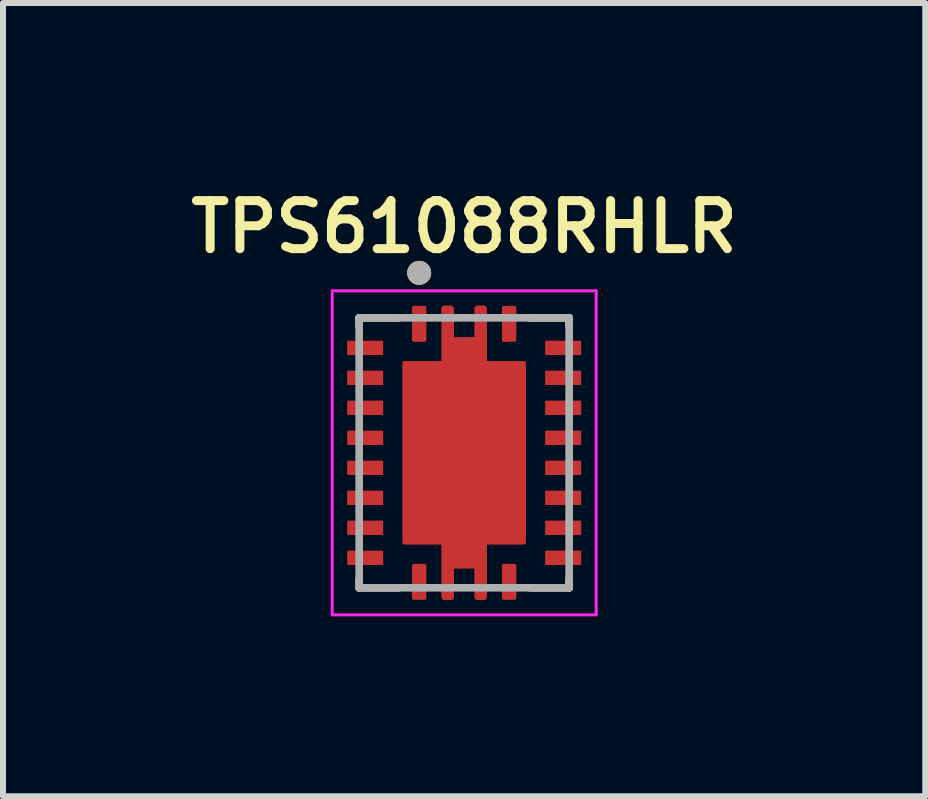
<source format=kicad_pcb>
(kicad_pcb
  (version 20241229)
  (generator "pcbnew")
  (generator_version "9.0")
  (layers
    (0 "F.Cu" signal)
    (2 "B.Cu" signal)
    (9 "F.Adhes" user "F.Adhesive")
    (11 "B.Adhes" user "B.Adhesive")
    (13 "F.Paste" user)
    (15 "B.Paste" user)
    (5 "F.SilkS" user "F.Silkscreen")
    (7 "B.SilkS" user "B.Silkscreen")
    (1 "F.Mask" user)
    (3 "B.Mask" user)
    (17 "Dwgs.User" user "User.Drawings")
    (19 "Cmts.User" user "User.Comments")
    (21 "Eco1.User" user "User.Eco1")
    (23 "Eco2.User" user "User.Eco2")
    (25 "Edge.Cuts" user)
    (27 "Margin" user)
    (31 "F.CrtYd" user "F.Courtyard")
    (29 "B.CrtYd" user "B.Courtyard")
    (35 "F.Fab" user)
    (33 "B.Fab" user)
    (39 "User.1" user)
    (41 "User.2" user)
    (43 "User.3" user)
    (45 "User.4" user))
  (footprint "TPS61088RHLR"
    (layer "F.Cu")
    (at 4.687 4.498)
    (property "Reference" "TPS61088RHLR" (at 0 -3.766 0) (layer "F.SilkS") (effects (font (size 0.801 0.801) (thickness 0.15))))
    (attr smd)
    (fp_poly (pts (xy -0.477 -1.627) (xy -0.477 -2.4) (xy -0.477 -2.408) (xy -0.476 -2.416) (xy -0.475 -2.424) (xy -0.474 -2.432) (xy -0.472 -2.439) (xy -0.47 -2.447) (xy -0.467 -2.454) (xy -0.464 -2.462) (xy -0.46 -2.469) (xy -0.457 -2.476) (xy -0.452 -2.483) (xy -0.448 -2.489) (xy -0.443 -2.496) (xy -0.438 -2.502) (xy -0.432 -2.507) (xy -0.427 -2.513) (xy -0.421 -2.518) (xy -0.414 -2.523) (xy -0.408 -2.527) (xy -0.401 -2.532) (xy -0.394 -2.535) (xy -0.387 -2.539) (xy -0.379 -2.542) (xy -0.372 -2.545) (xy -0.364 -2.547) (xy -0.357 -2.549) (xy -0.349 -2.55) (xy -0.341 -2.551) (xy -0.333 -2.552) (xy -0.325 -2.552) (xy -0.225 -2.552) (xy -0.217 -2.552) (xy -0.209 -2.551) (xy -0.201 -2.55) (xy -0.193 -2.549) (xy -0.186 -2.547) (xy -0.178 -2.545) (xy -0.171 -2.542) (xy -0.163 -2.539) (xy -0.156 -2.535) (xy -0.149 -2.532) (xy -0.142 -2.527) (xy -0.136 -2.523) (xy -0.129 -2.518) (xy -0.123 -2.513) (xy -0.118 -2.507) (xy -0.112 -2.502) (xy -0.107 -2.496) (xy -0.102 -2.489) (xy -0.098 -2.483) (xy -0.093 -2.476) (xy -0.09 -2.469) (xy -0.086 -2.462) (xy -0.083 -2.454) (xy -0.08 -2.447) (xy -0.078 -2.439) (xy -0.076 -2.432) (xy -0.075 -2.424) (xy -0.074 -2.416) (xy -0.073 -2.408) (xy -0.073 -2.4) (xy -0.073 -2.027) (xy 0.072 -2.027) (xy 0.073 -2.027) (xy 0.073 -2.402) (xy 0.073 -2.41) (xy 0.074 -2.418) (xy 0.075 -2.425) (xy 0.076 -2.433) (xy 0.078 -2.441) (xy 0.08 -2.448) (xy 0.083 -2.456) (xy 0.086 -2.463) (xy 0.089 -2.47) (xy 0.093 -2.477) (xy 0.097 -2.484) (xy 0.102 -2.49) (xy 0.106 -2.496) (xy 0.112 -2.502) (xy 0.117 -2.508) (xy 0.123 -2.513) (xy 0.129 -2.519) (xy 0.135 -2.523) (xy 0.141 -2.528) (xy 0.148 -2.532) (xy 0.155 -2.536) (xy 0.162 -2.539) (xy 0.169 -2.542) (xy 0.177 -2.545) (xy 0.184 -2.547) (xy 0.192 -2.549) (xy 0.2 -2.55) (xy 0.207 -2.551) (xy 0.215 -2.552) (xy 0.223 -2.552) (xy 0.326 -2.552) (xy 0.334 -2.552) (xy 0.342 -2.551) (xy 0.35 -2.55) (xy 0.357 -2.549) (xy 0.365 -2.547) (xy 0.373 -2.545) (xy 0.38 -2.542) (xy 0.387 -2.539) (xy 0.395 -2.536) (xy 0.401 -2.532) (xy 0.408 -2.528) (xy 0.415 -2.523) (xy 0.421 -2.518) (xy 0.427 -2.513) (xy 0.433 -2.508) (xy 0.438 -2.502) (xy 0.443 -2.496) (xy 0.448 -2.49) (xy 0.453 -2.483) (xy 0.457 -2.476) (xy 0.461 -2.47) (xy 0.464 -2.462) (xy 0.467 -2.455) (xy 0.47 -2.448) (xy 0.472 -2.44) (xy 0.474 -2.432) (xy 0.475 -2.425) (xy 0.476 -2.417) (xy 0.477 -2.409) (xy 0.477 -2.401) (xy 0.477 -1.627) (xy 0.975 -1.627) (xy 0.983 -1.627) (xy 0.991 -1.626) (xy 0.999 -1.625) (xy 1.007 -1.624) (xy 1.014 -1.622) (xy 1.022 -1.62) (xy 1.029 -1.617) (xy 1.037 -1.614) (xy 1.044 -1.61) (xy 1.051 -1.607) (xy 1.058 -1.602) (xy 1.064 -1.598) (xy 1.071 -1.593) (xy 1.077 -1.588) (xy 1.082 -1.582) (xy 1.088 -1.577) (xy 1.093 -1.571) (xy 1.098 -1.564) (xy 1.102 -1.558) (xy 1.107 -1.551) (xy 1.11 -1.544) (xy 1.114 -1.537) (xy 1.117 -1.529) (xy 1.12 -1.522) (xy 1.122 -1.514) (xy 1.124 -1.507) (xy 1.125 -1.499) (xy 1.126 -1.491) (xy 1.127 -1.483) (xy 1.127 -1.475) (xy 1.127 1.476) (xy 1.127 1.484) (xy 1.126 1.492) (xy 1.125 1.499) (xy 1.124 1.507) (xy 1.122 1.515) (xy 1.12 1.522) (xy 1.117 1.53) (xy 1.114 1.537) (xy 1.111 1.544) (xy 1.107 1.551) (xy 1.103 1.558) (xy 1.098 1.564) (xy 1.094 1.57) (xy 1.088 1.576) (xy 1.083 1.582) (xy 1.077 1.587) (xy 1.071 1.593) (xy 1.065 1.597) (xy 1.059 1.602) (xy 1.052 1.606) (xy 1.045 1.61) (xy 1.038 1.613) (xy 1.031 1.616) (xy 1.023 1.619) (xy 1.016 1.621) (xy 1.008 1.623) (xy 1 1.624) (xy 0.993 1.625) (xy 0.985 1.626) (xy 0.977 1.626) (xy 0.478 1.626) (xy 0.477 1.626) (xy 0.477 1.627) (xy 0.477 2.401) (xy 0.477 2.409) (xy 0.476 2.417) (xy 0.475 2.424) (xy 0.474 2.432) (xy 0.472 2.44) (xy 0.47 2.447) (xy 0.467 2.455) (xy 0.464 2.462) (xy 0.461 2.469) (xy 0.457 2.476) (xy 0.453 2.483) (xy 0.448 2.489) (xy 0.444 2.495) (xy 0.438 2.501) (xy 0.433 2.507) (xy 0.427 2.512) (xy 0.421 2.518) (xy 0.415 2.522) (xy 0.409 2.527) (xy 0.402 2.531) (xy 0.395 2.535) (xy 0.388 2.538) (xy 0.381 2.541) (xy 0.373 2.544) (xy 0.366 2.546) (xy 0.358 2.548) (xy 0.35 2.549) (xy 0.343 2.55) (xy 0.335 2.551) (xy 0.327 2.551) (xy 0.222 2.551) (xy 0.214 2.551) (xy 0.206 2.55) (xy 0.199 2.549) (xy 0.191 2.548) (xy 0.183 2.546) (xy 0.176 2.544) (xy 0.169 2.541) (xy 0.161 2.538) (xy 0.154 2.535) (xy 0.147 2.531) (xy 0.141 2.527) (xy 0.134 2.523) (xy 0.128 2.518) (xy 0.122 2.513) (xy 0.117 2.507) (xy 0.111 2.502) (xy 0.106 2.496) (xy 0.101 2.49) (xy 0.097 2.483) (xy 0.093 2.477) (xy 0.089 2.47) (xy 0.086 2.463) (xy 0.083 2.455) (xy 0.08 2.448) (xy 0.078 2.441) (xy 0.076 2.433) (xy 0.075 2.425) (xy 0.074 2.418) (xy 0.073 2.41) (xy 0.073 2.402) (xy 0.073 2.027) (xy -0.072 2.027) (xy -0.073 2.027) (xy -0.073 2.028) (xy -0.073 2.401) (xy -0.073 2.409) (xy -0.074 2.417) (xy -0.075 2.424) (xy -0.076 2.432) (xy -0.078 2.44) (xy -0.08 2.447) (xy -0.083 2.455) (xy -0.086 2.462) (xy -0.089 2.469) (xy -0.093 2.476) (xy -0.097 2.483) (xy -0.102 2.489) (xy -0.106 2.495) (xy -0.112 2.501) (xy -0.117 2.507) (xy -0.123 2.512) (xy -0.129 2.518) (xy -0.135 2.522) (xy -0.141 2.527) (xy -0.148 2.531) (xy -0.155 2.535) (xy -0.162 2.538) (xy -0.169 2.541) (xy -0.177 2.544) (xy -0.184 2.546) (xy -0.192 2.548) (xy -0.2 2.549) (xy -0.207 2.55) (xy -0.215 2.551) (xy -0.223 2.551) (xy -0.329 2.551) (xy -0.337 2.551) (xy -0.344 2.55) (xy -0.352 2.549) (xy -0.36 2.548) (xy -0.367 2.546) (xy -0.375 2.544) (xy -0.382 2.541) (xy -0.389 2.538) (xy -0.396 2.535) (xy -0.403 2.531) (xy -0.41 2.527) (xy -0.416 2.523) (xy -0.422 2.518) (xy -0.428 2.513) (xy -0.434 2.508) (xy -0.439 2.502) (xy -0.444 2.496) (xy -0.449 2.49) (xy -0.453 2.484) (xy -0.457 2.477) (xy -0.461 2.47) (xy -0.464 2.463) (xy -0.467 2.456) (xy -0.47 2.449) (xy -0.472 2.441) (xy -0.474 2.434) (xy -0.475 2.426) (xy -0.476 2.418) (xy -0.477 2.411) (xy -0.477 2.403) (xy -0.477 1.627) (xy -0.975 1.627) (xy -0.983 1.627) (xy -0.991 1.626) (xy -0.999 1.625) (xy -1.007 1.624) (xy -1.014 1.622) (xy -1.022 1.62) (xy -1.029 1.617) (xy -1.037 1.614) (xy -1.044 1.61) (xy -1.051 1.607) (xy -1.058 1.602) (xy -1.064 1.598) (xy -1.071 1.593) (xy -1.077 1.588) (xy -1.082 1.582) (xy -1.088 1.577) (xy -1.093 1.571) (xy -1.098 1.564) (xy -1.102 1.558) (xy -1.107 1.551) (xy -1.11 1.544) (xy -1.114 1.537) (xy -1.117 1.529) (xy -1.12 1.522) (xy -1.122 1.514) (xy -1.124 1.507) (xy -1.125 1.499) (xy -1.126 1.491) (xy -1.127 1.483) (xy -1.127 1.475) (xy -1.127 -1.474) (xy -1.127 -1.482) (xy -1.126 -1.49) (xy -1.125 -1.498) (xy -1.124 -1.506) (xy -1.122 -1.513) (xy -1.12 -1.521) (xy -1.117 -1.528) (xy -1.114 -1.536) (xy -1.11 -1.543) (xy -1.107 -1.55) (xy -1.102 -1.557) (xy -1.098 -1.563) (xy -1.093 -1.57) (xy -1.088 -1.576) (xy -1.082 -1.581) (xy -1.077 -1.587) (xy -1.071 -1.592) (xy -1.064 -1.597) (xy -1.058 -1.601) (xy -1.051 -1.606) (xy -1.044 -1.609) (xy -1.037 -1.613) (xy -1.029 -1.616) (xy -1.022 -1.619) (xy -1.014 -1.621) (xy -1.007 -1.623) (xy -0.999 -1.624) (xy -0.991 -1.625) (xy -0.983 -1.626) (xy -0.975 -1.626) (xy -0.478 -1.626) (xy -0.477 -1.626) (xy -0.477 -1.627)) (stroke (width 0.01) (type solid)) (fill yes) (layer "F.Mask"))
    (fp_line (start -1.75 -2.25) (end -1.1 -2.25) (stroke (width 0.127) (type solid)) (layer "F.SilkS"))
    (fp_line (start -1.75 -2.1) (end -1.75 -2.25) (stroke (width 0.127) (type solid)) (layer "F.SilkS"))
    (fp_line (start -1.75 2.1) (end -1.75 2.25) (stroke (width 0.127) (type solid)) (layer "F.SilkS"))
    (fp_line (start -1.75 2.25) (end -1.1 2.25) (stroke (width 0.127) (type solid)) (layer "F.SilkS"))
    (fp_line (start 1.1 -2.25) (end 1.75 -2.25) (stroke (width 0.127) (type solid)) (layer "F.SilkS"))
    (fp_line (start 1.1 2.25) (end 1.75 2.25) (stroke (width 0.127) (type solid)) (layer "F.SilkS"))
    (fp_line (start 1.75 -2.25) (end 1.75 -2.1) (stroke (width 0.127) (type solid)) (layer "F.SilkS"))
    (fp_line (start 1.75 2.25) (end 1.75 2.1) (stroke (width 0.127) (type solid)) (layer "F.SilkS"))
    (fp_circle (center -0.75 -3) (end -0.65 -3) (stroke (width 0.2) (type solid)) (fill no) (layer "F.SilkS"))
    (fp_poly (pts (xy -1.02 -0.625) (xy -0.1 -0.625) (xy -0.1 -1.475) (xy -1.02 -1.475)) (stroke (width 0.01) (type solid)) (fill yes) (layer "F.Paste"))
    (fp_poly (pts (xy -1.02 0.425) (xy -0.1 0.425) (xy -0.1 -0.425) (xy -1.02 -0.425)) (stroke (width 0.01) (type solid)) (fill yes) (layer "F.Paste"))
    (fp_poly (pts (xy -1.02 1.475) (xy -0.1 1.475) (xy -0.1 0.625) (xy -1.02 0.625)) (stroke (width 0.01) (type solid)) (fill yes) (layer "F.Paste"))
    (fp_poly (pts (xy 0.1 -0.625) (xy 1.02 -0.625) (xy 1.02 -1.475) (xy 0.1 -1.475)) (stroke (width 0.01) (type solid)) (fill yes) (layer "F.Paste"))
    (fp_poly (pts (xy 0.1 0.425) (xy 1.02 0.425) (xy 1.02 -0.425) (xy 0.1 -0.425)) (stroke (width 0.01) (type solid)) (fill yes) (layer "F.Paste"))
    (fp_poly (pts (xy 0.1 1.475) (xy 1.02 1.475) (xy 1.02 0.625) (xy 0.1 0.625)) (stroke (width 0.01) (type solid)) (fill yes) (layer "F.Paste"))
    (fp_poly (pts (xy -0.375 -1.675) (xy -0.375 -2.4) (xy -0.375 -2.403) (xy -0.375 -2.405) (xy -0.374 -2.408) (xy -0.374 -2.41) (xy -0.373 -2.413) (xy -0.373 -2.415) (xy -0.372 -2.418) (xy -0.371 -2.42) (xy -0.37 -2.423) (xy -0.368 -2.425) (xy -0.367 -2.427) (xy -0.365 -2.429) (xy -0.364 -2.431) (xy -0.362 -2.433) (xy -0.36 -2.435) (xy -0.358 -2.437) (xy -0.356 -2.439) (xy -0.354 -2.44) (xy -0.352 -2.442) (xy -0.35 -2.443) (xy -0.348 -2.445) (xy -0.345 -2.446) (xy -0.343 -2.447) (xy -0.34 -2.448) (xy -0.338 -2.448) (xy -0.335 -2.449) (xy -0.333 -2.449) (xy -0.33 -2.45) (xy -0.328 -2.45) (xy -0.325 -2.45) (xy -0.225 -2.45) (xy -0.222 -2.45) (xy -0.22 -2.45) (xy -0.217 -2.449) (xy -0.215 -2.449) (xy -0.212 -2.448) (xy -0.21 -2.448) (xy -0.207 -2.447) (xy -0.205 -2.446) (xy -0.202 -2.445) (xy -0.2 -2.443) (xy -0.198 -2.442) (xy -0.196 -2.44) (xy -0.194 -2.439) (xy -0.192 -2.437) (xy -0.19 -2.435) (xy -0.188 -2.433) (xy -0.186 -2.431) (xy -0.185 -2.429) (xy -0.183 -2.427) (xy -0.182 -2.425) (xy -0.18 -2.423) (xy -0.179 -2.42) (xy -0.178 -2.418) (xy -0.177 -2.415) (xy -0.177 -2.413) (xy -0.176 -2.41) (xy -0.176 -2.408) (xy -0.175 -2.405) (xy -0.175 -2.403) (xy -0.175 -2.4) (xy -0.175 -1.925) (xy 0.175 -1.925) (xy 0.175 -2.4) (xy 0.175 -2.403) (xy 0.175 -2.405) (xy 0.176 -2.408) (xy 0.176 -2.41) (xy 0.177 -2.413) (xy 0.177 -2.415) (xy 0.178 -2.418) (xy 0.179 -2.42) (xy 0.18 -2.423) (xy 0.182 -2.425) (xy 0.183 -2.427) (xy 0.185 -2.429) (xy 0.186 -2.431) (xy 0.188 -2.433) (xy 0.19 -2.435) (xy 0.192 -2.437) (xy 0.194 -2.439) (xy 0.196 -2.44) (xy 0.198 -2.442) (xy 0.2 -2.443) (xy 0.202 -2.445) (xy 0.205 -2.446) (xy 0.207 -2.447) (xy 0.21 -2.448) (xy 0.212 -2.448) (xy 0.215 -2.449) (xy 0.217 -2.449) (xy 0.22 -2.45) (xy 0.222 -2.45) (xy 0.225 -2.45) (xy 0.325 -2.45) (xy 0.328 -2.45) (xy 0.33 -2.45) (xy 0.333 -2.449) (xy 0.335 -2.449) (xy 0.338 -2.448) (xy 0.34 -2.448) (xy 0.343 -2.447) (xy 0.345 -2.446) (xy 0.348 -2.445) (xy 0.35 -2.443) (xy 0.352 -2.442) (xy 0.354 -2.44) (xy 0.356 -2.439) (xy 0.358 -2.437) (xy 0.36 -2.435) (xy 0.362 -2.433) (xy 0.364 -2.431) (xy 0.365 -2.429) (xy 0.367 -2.427) (xy 0.368 -2.425) (xy 0.37 -2.423) (xy 0.371 -2.42) (xy 0.372 -2.418) (xy 0.373 -2.415) (xy 0.373 -2.413) (xy 0.374 -2.41) (xy 0.374 -2.408) (xy 0.375 -2.405) (xy 0.375 -2.403) (xy 0.375 -2.4) (xy 0.375 -1.675) (xy -0.375 -1.675)) (stroke (width 0.01) (type solid)) (fill yes) (layer "F.Paste"))
    (fp_poly (pts (xy 0.375 1.675) (xy 0.375 2.4) (xy 0.375 2.403) (xy 0.375 2.405) (xy 0.374 2.408) (xy 0.374 2.41) (xy 0.373 2.413) (xy 0.373 2.415) (xy 0.372 2.418) (xy 0.371 2.42) (xy 0.37 2.423) (xy 0.368 2.425) (xy 0.367 2.427) (xy 0.365 2.429) (xy 0.364 2.431) (xy 0.362 2.433) (xy 0.36 2.435) (xy 0.358 2.437) (xy 0.356 2.439) (xy 0.354 2.44) (xy 0.352 2.442) (xy 0.35 2.443) (xy 0.348 2.445) (xy 0.345 2.446) (xy 0.343 2.447) (xy 0.34 2.448) (xy 0.338 2.448) (xy 0.335 2.449) (xy 0.333 2.449) (xy 0.33 2.45) (xy 0.328 2.45) (xy 0.325 2.45) (xy 0.225 2.45) (xy 0.222 2.45) (xy 0.22 2.45) (xy 0.217 2.449) (xy 0.215 2.449) (xy 0.212 2.448) (xy 0.21 2.448) (xy 0.207 2.447) (xy 0.205 2.446) (xy 0.202 2.445) (xy 0.2 2.443) (xy 0.198 2.442) (xy 0.196 2.44) (xy 0.194 2.439) (xy 0.192 2.437) (xy 0.19 2.435) (xy 0.188 2.433) (xy 0.186 2.431) (xy 0.185 2.429) (xy 0.183 2.427) (xy 0.182 2.425) (xy 0.18 2.423) (xy 0.179 2.42) (xy 0.178 2.418) (xy 0.177 2.415) (xy 0.177 2.413) (xy 0.176 2.41) (xy 0.176 2.408) (xy 0.175 2.405) (xy 0.175 2.403) (xy 0.175 2.4) (xy 0.175 1.925) (xy -0.175 1.925) (xy -0.175 2.4) (xy -0.175 2.403) (xy -0.175 2.405) (xy -0.176 2.408) (xy -0.176 2.41) (xy -0.177 2.413) (xy -0.177 2.415) (xy -0.178 2.418) (xy -0.179 2.42) (xy -0.18 2.423) (xy -0.182 2.425) (xy -0.183 2.427) (xy -0.185 2.429) (xy -0.186 2.431) (xy -0.188 2.433) (xy -0.19 2.435) (xy -0.192 2.437) (xy -0.194 2.439) (xy -0.196 2.44) (xy -0.198 2.442) (xy -0.2 2.443) (xy -0.202 2.445) (xy -0.205 2.446) (xy -0.207 2.447) (xy -0.21 2.448) (xy -0.212 2.448) (xy -0.215 2.449) (xy -0.217 2.449) (xy -0.22 2.45) (xy -0.222 2.45) (xy -0.225 2.45) (xy -0.325 2.45) (xy -0.328 2.45) (xy -0.33 2.45) (xy -0.333 2.449) (xy -0.335 2.449) (xy -0.338 2.448) (xy -0.34 2.448) (xy -0.343 2.447) (xy -0.345 2.446) (xy -0.348 2.445) (xy -0.35 2.443) (xy -0.352 2.442) (xy -0.354 2.44) (xy -0.356 2.439) (xy -0.358 2.437) (xy -0.36 2.435) (xy -0.362 2.433) (xy -0.364 2.431) (xy -0.365 2.429) (xy -0.367 2.427) (xy -0.368 2.425) (xy -0.37 2.423) (xy -0.371 2.42) (xy -0.372 2.418) (xy -0.373 2.415) (xy -0.373 2.413) (xy -0.374 2.41) (xy -0.374 2.408) (xy -0.375 2.405) (xy -0.375 2.403) (xy -0.375 2.4) (xy -0.375 1.675) (xy 0.375 1.675)) (stroke (width 0.01) (type solid)) (fill yes) (layer "F.Paste"))
    (fp_line (start -2.2 -2.7) (end -2.2 2.7) (stroke (width 0.05) (type solid)) (layer "F.CrtYd"))
    (fp_line (start -2.2 2.7) (end 2.2 2.7) (stroke (width 0.05) (type solid)) (layer "F.CrtYd"))
    (fp_line (start 2.2 -2.7) (end -2.2 -2.7) (stroke (width 0.05) (type solid)) (layer "F.CrtYd"))
    (fp_line (start 2.2 2.7) (end 2.2 -2.7) (stroke (width 0.05) (type solid)) (layer "F.CrtYd"))
    (fp_line (start -1.75 -2.25) (end 1.75 -2.25) (stroke (width 0.127) (type solid)) (layer "F.Fab"))
    (fp_line (start -1.75 2.25) (end -1.75 -2.25) (stroke (width 0.127) (type solid)) (layer "F.Fab"))
    (fp_line (start 1.75 -2.25) (end 1.75 2.25) (stroke (width 0.127) (type solid)) (layer "F.Fab"))
    (fp_line (start 1.75 2.25) (end -1.75 2.25) (stroke (width 0.127) (type solid)) (layer "F.Fab"))
    (fp_circle (center -0.75 -3) (end -0.65 -3) (stroke (width 0.2) (type solid)) (fill no) (layer "F.Fab"))
    (pad "1" smd roundrect (at -0.75 -2.15) (size 0.24 0.6) (layers "F.Cu" "F.Mask" "F.Paste") (roundrect_rratio 0.13))
    (pad "2" smd roundrect (at -1.65 -1.75) (size 0.6 0.24) (layers "F.Cu" "F.Mask" "F.Paste") (roundrect_rratio 0.05))
    (pad "3" smd roundrect (at -1.65 -1.25) (size 0.6 0.24) (layers "F.Cu" "F.Mask" "F.Paste") (roundrect_rratio 0.05))
    (pad "4" smd roundrect (at -1.65 -0.75) (size 0.6 0.24) (layers "F.Cu" "F.Mask" "F.Paste") (roundrect_rratio 0.05))
    (pad "5" smd roundrect (at -1.65 -0.25) (size 0.6 0.24) (layers "F.Cu" "F.Mask" "F.Paste") (roundrect_rratio 0.05))
    (pad "6" smd roundrect (at -1.65 0.25) (size 0.6 0.24) (layers "F.Cu" "F.Mask" "F.Paste") (roundrect_rratio 0.05))
    (pad "7" smd roundrect (at -1.65 0.75) (size 0.6 0.24) (layers "F.Cu" "F.Mask" "F.Paste") (roundrect_rratio 0.05))
    (pad "8" smd roundrect (at -1.65 1.25) (size 0.6 0.24) (layers "F.Cu" "F.Mask" "F.Paste") (roundrect_rratio 0.05))
    (pad "9" smd roundrect (at -1.65 1.75) (size 0.6 0.24) (layers "F.Cu" "F.Mask" "F.Paste") (roundrect_rratio 0.05))
    (pad "10" smd roundrect (at -0.75 2.15) (size 0.24 0.6) (layers "F.Cu" "F.Mask" "F.Paste") (roundrect_rratio 0.13))
    (pad "11" smd roundrect (at 0.75 2.15) (size 0.24 0.6) (layers "F.Cu" "F.Mask" "F.Paste") (roundrect_rratio 0.13))
    (pad "12" smd roundrect (at 1.65 1.75) (size 0.6 0.24) (layers "F.Cu" "F.Mask" "F.Paste") (roundrect_rratio 0.05))
    (pad "13" smd roundrect (at 1.65 1.25) (size 0.6 0.24) (layers "F.Cu" "F.Mask" "F.Paste") (roundrect_rratio 0.05))
    (pad "14" smd roundrect (at 1.65 0.75) (size 0.6 0.24) (layers "F.Cu" "F.Mask" "F.Paste") (roundrect_rratio 0.05))
    (pad "15" smd roundrect (at 1.65 0.25) (size 0.6 0.24) (layers "F.Cu" "F.Mask" "F.Paste") (roundrect_rratio 0.05))
    (pad "16" smd roundrect (at 1.65 -0.25) (size 0.6 0.24) (layers "F.Cu" "F.Mask" "F.Paste") (roundrect_rratio 0.05))
    (pad "17" smd roundrect (at 1.65 -0.75) (size 0.6 0.24) (layers "F.Cu" "F.Mask" "F.Paste") (roundrect_rratio 0.05))
    (pad "18" smd roundrect (at 1.65 -1.25) (size 0.6 0.24) (layers "F.Cu" "F.Mask" "F.Paste") (roundrect_rratio 0.05))
    (pad "19" smd roundrect (at 1.65 -1.75) (size 0.6 0.24) (layers "F.Cu" "F.Mask" "F.Paste") (roundrect_rratio 0.05))
    (pad "20" smd roundrect (at 0.75 -2.15) (size 0.24 0.6) (layers "F.Cu" "F.Mask" "F.Paste") (roundrect_rratio 0.13))
    (pad "21" smd custom (at 0 0) (size 2.05 3.05) (layers "F.Cu" "F.Mask") (options (anchor rect)) (primitives (gr_poly (pts (xy -0.375 -1.525) (xy -0.375 -2.4) (xy -0.375 -2.403) (xy -0.375 -2.405) (xy -0.374 -2.408) (xy -0.374 -2.41) (xy -0.373 -2.413) (xy -0.373 -2.415) (xy -0.372 -2.418) (xy -0.371 -2.42) (xy -0.37 -2.423) (xy -0.368 -2.425) (xy -0.367 -2.427) (xy -0.365 -2.429) (xy -0.364 -2.431) (xy -0.362 -2.433) (xy -0.36 -2.435) (xy -0.358 -2.437) (xy -0.356 -2.439) (xy -0.354 -2.44) (xy -0.352 -2.442) (xy -0.35 -2.443) (xy -0.348 -2.445) (xy -0.345 -2.446) (xy -0.343 -2.447) (xy -0.34 -2.448) (xy -0.338 -2.448) (xy -0.335 -2.449) (xy -0.333 -2.449) (xy -0.33 -2.45) (xy -0.328 -2.45) (xy -0.325 -2.45) (xy -0.225 -2.45) (xy -0.222 -2.45) (xy -0.22 -2.45) (xy -0.217 -2.449) (xy -0.215 -2.449) (xy -0.212 -2.448) (xy -0.21 -2.448) (xy -0.207 -2.447) (xy -0.205 -2.446) (xy -0.202 -2.445) (xy -0.2 -2.443) (xy -0.198 -2.442) (xy -0.196 -2.44) (xy -0.194 -2.439) (xy -0.192 -2.437) (xy -0.19 -2.435) (xy -0.188 -2.433) (xy -0.186 -2.431) (xy -0.185 -2.429) (xy -0.183 -2.427) (xy -0.182 -2.425) (xy -0.18 -2.423) (xy -0.179 -2.42) (xy -0.178 -2.418) (xy -0.177 -2.415) (xy -0.177 -2.413) (xy -0.176 -2.41) (xy -0.176 -2.408) (xy -0.175 -2.405) (xy -0.175 -2.403) (xy -0.175 -2.4) (xy -0.175 -1.925) (xy 0.175 -1.925) (xy 0.175 -2.4) (xy 0.175 -2.403) (xy 0.175 -2.405) (xy 0.176 -2.408) (xy 0.176 -2.41) (xy 0.177 -2.413) (xy 0.177 -2.415) (xy 0.178 -2.418) (xy 0.179 -2.42) (xy 0.18 -2.423) (xy 0.182 -2.425) (xy 0.183 -2.427) (xy 0.185 -2.429) (xy 0.186 -2.431) (xy 0.188 -2.433) (xy 0.19 -2.435) (xy 0.192 -2.437) (xy 0.194 -2.439) (xy 0.196 -2.44) (xy 0.198 -2.442) (xy 0.2 -2.443) (xy 0.202 -2.445) (xy 0.205 -2.446) (xy 0.207 -2.447) (xy 0.21 -2.448) (xy 0.212 -2.448) (xy 0.215 -2.449) (xy 0.217 -2.449) (xy 0.22 -2.45) (xy 0.222 -2.45) (xy 0.225 -2.45) (xy 0.325 -2.45) (xy 0.328 -2.45) (xy 0.33 -2.45) (xy 0.333 -2.449) (xy 0.335 -2.449) (xy 0.338 -2.448) (xy 0.34 -2.448) (xy 0.343 -2.447) (xy 0.345 -2.446) (xy 0.348 -2.445) (xy 0.35 -2.443) (xy 0.352 -2.442) (xy 0.354 -2.44) (xy 0.356 -2.439) (xy 0.358 -2.437) (xy 0.36 -2.435) (xy 0.362 -2.433) (xy 0.364 -2.431) (xy 0.365 -2.429) (xy 0.367 -2.427) (xy 0.368 -2.425) (xy 0.37 -2.423) (xy 0.371 -2.42) (xy 0.372 -2.418) (xy 0.373 -2.415) (xy 0.373 -2.413) (xy 0.374 -2.41) (xy 0.374 -2.408) (xy 0.375 -2.405) (xy 0.375 -2.403) (xy 0.375 -2.4) (xy 0.375 -1.525) (xy 0.975 -1.525) (xy 0.978 -1.525) (xy 0.98 -1.525) (xy 0.983 -1.524) (xy 0.985 -1.524) (xy 0.988 -1.523) (xy 0.99 -1.523) (xy 0.993 -1.522) (xy 0.995 -1.521) (xy 0.998 -1.52) (xy 1 -1.518) (xy 1.002 -1.517) (xy 1.004 -1.515) (xy 1.006 -1.514) (xy 1.008 -1.512) (xy 1.01 -1.51) (xy 1.012 -1.508) (xy 1.014 -1.506) (xy 1.015 -1.504) (xy 1.017 -1.502) (xy 1.018 -1.5) (xy 1.02 -1.498) (xy 1.021 -1.495) (xy 1.022 -1.493) (xy 1.023 -1.49) (xy 1.023 -1.488) (xy 1.024 -1.485) (xy 1.024 -1.483) (xy 1.025 -1.48) (xy 1.025 -1.478) (xy 1.025 -1.475) (xy 1.025 1.475) (xy 1.025 1.478) (xy 1.025 1.48) (xy 1.024 1.483) (xy 1.024 1.485) (xy 1.023 1.488) (xy 1.023 1.49) (xy 1.022 1.493) (xy 1.021 1.495) (xy 1.02 1.498) (xy 1.018 1.5) (xy 1.017 1.502) (xy 1.015 1.504) (xy 1.014 1.506) (xy 1.012 1.508) (xy 1.01 1.51) (xy 1.008 1.512) (xy 1.006 1.514) (xy 1.004 1.515) (xy 1.002 1.517) (xy 1 1.518) (xy 0.998 1.52) (xy 0.995 1.521) (xy 0.993 1.522) (xy 0.99 1.523) (xy 0.988 1.523) (xy 0.985 1.524) (xy 0.983 1.524) (xy 0.98 1.525) (xy 0.978 1.525) (xy 0.975 1.525) (xy 0.375 1.525) (xy 0.375 2.4) (xy 0.375 2.403) (xy 0.375 2.405) (xy 0.374 2.408) (xy 0.374 2.41) (xy 0.373 2.413) (xy 0.373 2.415) (xy 0.372 2.418) (xy 0.371 2.42) (xy 0.37 2.423) (xy 0.368 2.425) (xy 0.367 2.427) (xy 0.365 2.429) (xy 0.364 2.431) (xy 0.362 2.433) (xy 0.36 2.435) (xy 0.358 2.437) (xy 0.356 2.439) (xy 0.354 2.44) (xy 0.352 2.442) (xy 0.35 2.443) (xy 0.348 2.445) (xy 0.345 2.446) (xy 0.343 2.447) (xy 0.34 2.448) (xy 0.338 2.448) (xy 0.335 2.449) (xy 0.333 2.449) (xy 0.33 2.45) (xy 0.328 2.45) (xy 0.325 2.45) (xy 0.225 2.45) (xy 0.222 2.45) (xy 0.22 2.45) (xy 0.217 2.449) (xy 0.215 2.449) (xy 0.212 2.448) (xy 0.21 2.448) (xy 0.207 2.447) (xy 0.205 2.446) (xy 0.202 2.445) (xy 0.2 2.443) (xy 0.198 2.442) (xy 0.196 2.44) (xy 0.194 2.439) (xy 0.192 2.437) (xy 0.19 2.435) (xy 0.188 2.433) (xy 0.186 2.431) (xy 0.185 2.429) (xy 0.183 2.427) (xy 0.182 2.425) (xy 0.18 2.423) (xy 0.179 2.42) (xy 0.178 2.418) (xy 0.177 2.415) (xy 0.177 2.413) (xy 0.176 2.41) (xy 0.176 2.408) (xy 0.175 2.405) (xy 0.175 2.403) (xy 0.175 2.4) (xy 0.175 1.925) (xy -0.175 1.925) (xy -0.175 2.4) (xy -0.175 2.403) (xy -0.175 2.405) (xy -0.176 2.408) (xy -0.176 2.41) (xy -0.177 2.413) (xy -0.177 2.415) (xy -0.178 2.418) (xy -0.179 2.42) (xy -0.18 2.423) (xy -0.182 2.425) (xy -0.183 2.427) (xy -0.185 2.429) (xy -0.186 2.431) (xy -0.188 2.433) (xy -0.19 2.435) (xy -0.192 2.437) (xy -0.194 2.439) (xy -0.196 2.44) (xy -0.198 2.442) (xy -0.2 2.443) (xy -0.202 2.445) (xy -0.205 2.446) (xy -0.207 2.447) (xy -0.21 2.448) (xy -0.212 2.448) (xy -0.215 2.449) (xy -0.217 2.449) (xy -0.22 2.45) (xy -0.222 2.45) (xy -0.225 2.45) (xy -0.325 2.45) (xy -0.328 2.45) (xy -0.33 2.45) (xy -0.333 2.449) (xy -0.335 2.449) (xy -0.338 2.448) (xy -0.34 2.448) (xy -0.343 2.447) (xy -0.345 2.446) (xy -0.348 2.445) (xy -0.35 2.443) (xy -0.352 2.442) (xy -0.354 2.44) (xy -0.356 2.439) (xy -0.358 2.437) (xy -0.36 2.435) (xy -0.362 2.433) (xy -0.364 2.431) (xy -0.365 2.429) (xy -0.367 2.427) (xy -0.368 2.425) (xy -0.37 2.423) (xy -0.371 2.42) (xy -0.372 2.418) (xy -0.373 2.415) (xy -0.373 2.413) (xy -0.374 2.41) (xy -0.374 2.408) (xy -0.375 2.405) (xy -0.375 2.403) (xy -0.375 2.4) (xy -0.375 1.525) (xy -0.975 1.525) (xy -0.978 1.525) (xy -0.98 1.525) (xy -0.983 1.524) (xy -0.985 1.524) (xy -0.988 1.523) (xy -0.99 1.523) (xy -0.993 1.522) (xy -0.995 1.521) (xy -0.998 1.52) (xy -1 1.518) (xy -1.002 1.517) (xy -1.004 1.515) (xy -1.006 1.514) (xy -1.008 1.512) (xy -1.01 1.51) (xy -1.012 1.508) (xy -1.014 1.506) (xy -1.015 1.504) (xy -1.017 1.502) (xy -1.018 1.5) (xy -1.02 1.498) (xy -1.021 1.495) (xy -1.022 1.493) (xy -1.023 1.49) (xy -1.023 1.488) (xy -1.024 1.485) (xy -1.024 1.483) (xy -1.025 1.48) (xy -1.025 1.478) (xy -1.025 1.475) (xy -1.025 -1.475) (xy -1.025 -1.478) (xy -1.025 -1.48) (xy -1.024 -1.483) (xy -1.024 -1.485) (xy -1.023 -1.488) (xy -1.023 -1.49) (xy -1.022 -1.493) (xy -1.021 -1.495) (xy -1.02 -1.498) (xy -1.018 -1.5) (xy -1.017 -1.502) (xy -1.015 -1.504) (xy -1.014 -1.506) (xy -1.012 -1.508) (xy -1.01 -1.51) (xy -1.008 -1.512) (xy -1.006 -1.514) (xy -1.004 -1.515) (xy -1.002 -1.517) (xy -1 -1.518) (xy -0.998 -1.52) (xy -0.995 -1.521) (xy -0.993 -1.522) (xy -0.99 -1.523) (xy -0.988 -1.523) (xy -0.985 -1.524) (xy -0.983 -1.524) (xy -0.98 -1.525) (xy -0.978 -1.525) (xy -0.975 -1.525) (xy -0.375 -1.525)) (width 0.01) (fill yes)))))
  (gr_rect
    (start -3 -3)
    (end 12.373 10.223)
    (stroke (width 0.1) (type default))
    (fill no)
    (layer "Edge.Cuts")))
</source>
